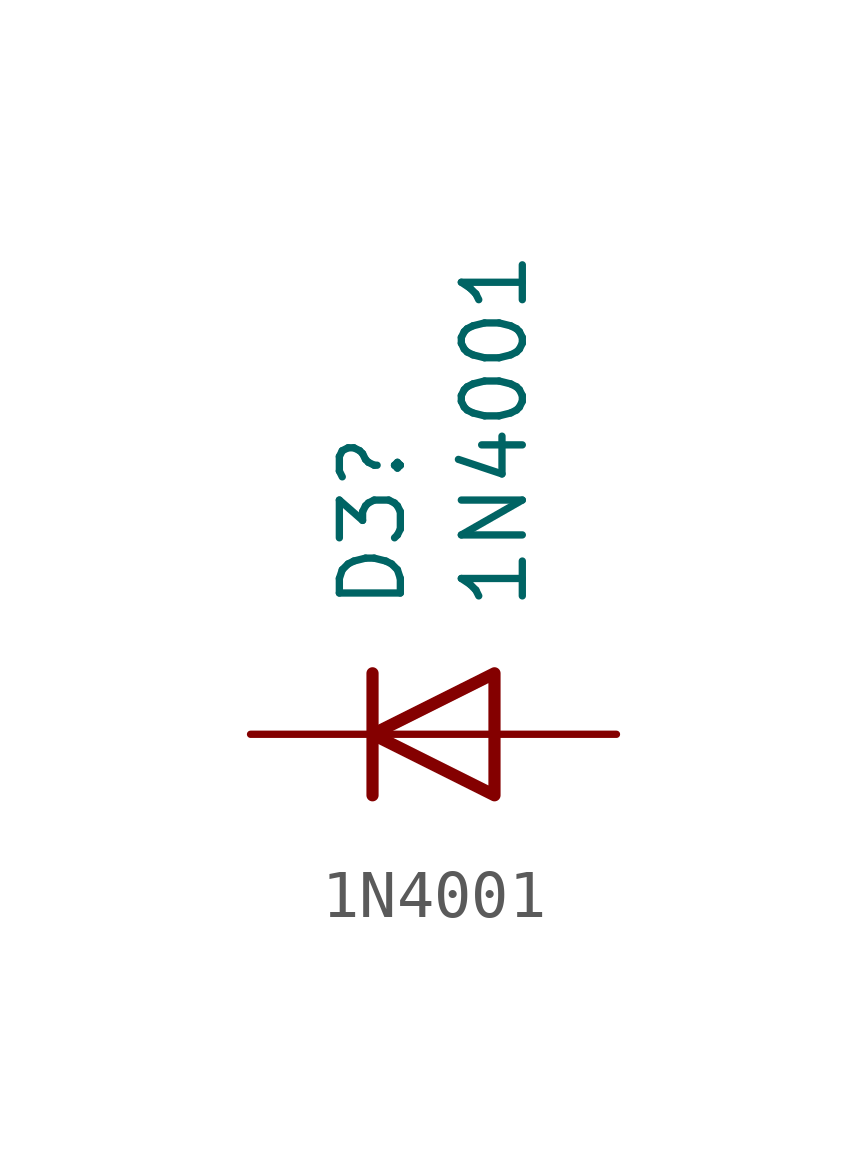
<source format=kicad_sym>
(kicad_symbol_lib
  (version 20231120)
  (generator "kicad_symbol_editor")
  (generator_version "8.0")
  (symbol "1N4001"
    (pin_numbers hide)
    (pin_names hide)
    (property "Reference" "D3"
      (at -1.27 2.54 90)
      (effects (font (size 1.27 1.27)) (justify left)))
    (property "Value" "1N4001"
      (at 1.27 2.54 90)
      (effects (font (size 1.27 1.27)) (justify left)))
    (symbol "1N4001_0_1"
      (polyline (pts (xy -1.27 1.27) (xy -1.27 -1.27)) (stroke (width 0.254) (type default)) (fill (type none)))
      (polyline (pts (xy 1.27 0) (xy -1.27 0)) (stroke (width 0) (type default)) (fill (type none)))
      (polyline (pts (xy 1.27 1.27) (xy 1.27 -1.27) (xy -1.27 0) (xy 1.27 1.27)) (stroke (width 0.254) (type default)) (fill (type none))))
    (symbol "1N4001_1_1"
      (pin passive line (at -3.81 0 0) (length 2.54) (name "K" (effects (font (size 1.27 1.27)))) (number "1" (effects (font (size 1.27 1.27)))))
      (pin passive line (at 3.81 0 180) (length 2.54) (name "A" (effects (font (size 1.27 1.27)))) (number "2" (effects (font (size 1.27 1.27))))))))
</source>
